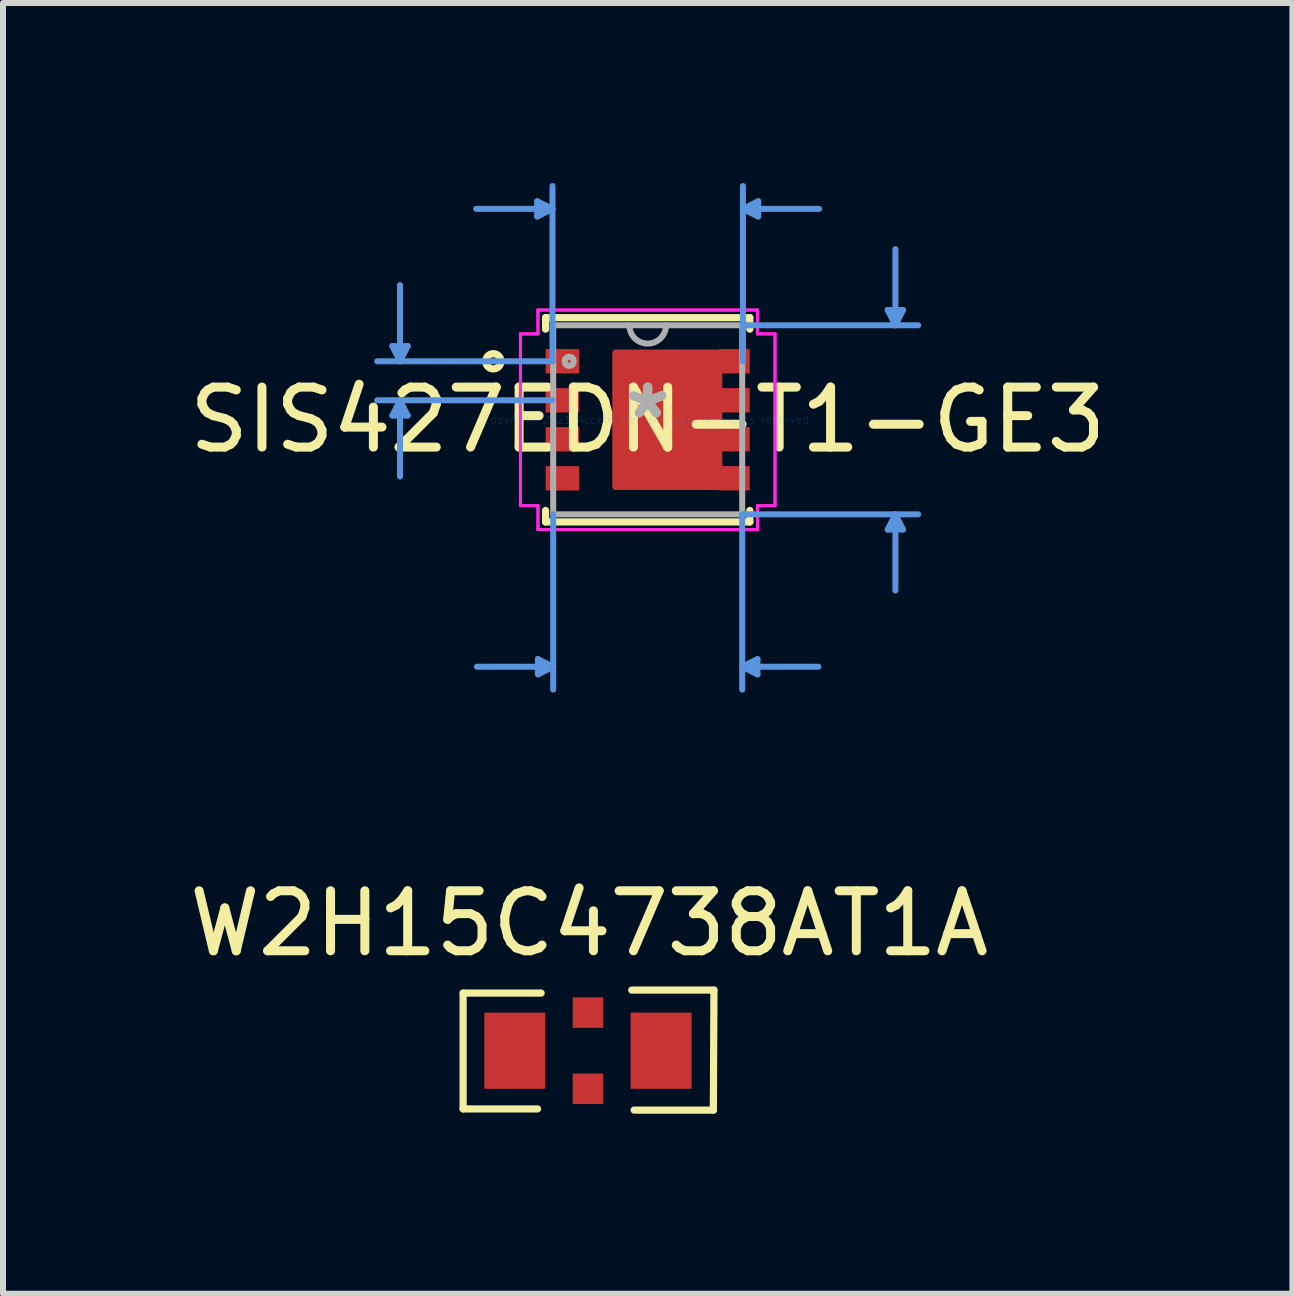
<source format=kicad_pcb>
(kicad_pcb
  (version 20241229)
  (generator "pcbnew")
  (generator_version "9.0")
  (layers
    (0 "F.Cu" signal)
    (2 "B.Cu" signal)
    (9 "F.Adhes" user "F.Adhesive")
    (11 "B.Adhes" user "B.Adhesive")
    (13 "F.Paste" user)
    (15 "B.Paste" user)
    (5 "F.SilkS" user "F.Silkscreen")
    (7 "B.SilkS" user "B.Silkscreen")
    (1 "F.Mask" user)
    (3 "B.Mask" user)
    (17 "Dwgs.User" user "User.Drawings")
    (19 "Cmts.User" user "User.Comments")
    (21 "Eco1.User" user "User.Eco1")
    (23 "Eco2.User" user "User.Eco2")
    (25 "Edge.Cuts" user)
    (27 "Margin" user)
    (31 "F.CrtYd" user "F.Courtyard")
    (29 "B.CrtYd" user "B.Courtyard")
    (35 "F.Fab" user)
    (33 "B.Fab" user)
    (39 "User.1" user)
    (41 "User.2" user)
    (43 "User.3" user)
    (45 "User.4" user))
  (footprint "SIS427EDN-T1-GE3"
    (layer "F.Cu")
    (at 7.744 3.946)
    (property "Reference" "SIS427EDN-T1-GE3" (at 0 0 0) (layer "F.SilkS") (effects (font (size 1 1) (thickness 0.15))))
    (attr through_hole)
    (fp_poly (pts (xy -0.536 -1.118) (xy -0.536 1.118) (xy 1.191 1.118) (xy 1.191 -1.118)) (stroke (width 0.1) (type solid)) (fill yes) (layer "F.Cu"))
    (fp_poly (pts (xy -0.536 -1.118) (xy -0.536 1.118) (xy 1.191 1.118) (xy 1.191 -1.118)) (stroke (width 0.1) (type solid)) (fill yes) (layer "F.Cu"))
    (fp_poly (pts (xy -0.536 -1.118) (xy -0.536 1.118) (xy 1.191 1.118) (xy 1.191 -1.118)) (stroke (width 0.1) (type solid)) (fill yes) (layer "F.Mask"))
    (fp_poly (pts (xy -0.536 -1.118) (xy -0.536 1.118) (xy 1.191 1.118) (xy 1.191 -1.118)) (stroke (width 0.1) (type solid)) (fill yes) (layer "F.Mask"))
    (fp_line (start -1.702 -1.702) (end -1.702 -1.511) (stroke (width 0.12) (type solid)) (layer "F.SilkS"))
    (fp_line (start -1.702 1.511) (end -1.702 1.702) (stroke (width 0.12) (type solid)) (layer "F.SilkS"))
    (fp_line (start -1.702 1.702) (end 1.702 1.702) (stroke (width 0.12) (type solid)) (layer "F.SilkS"))
    (fp_line (start 1.702 -1.702) (end -1.702 -1.702) (stroke (width 0.12) (type solid)) (layer "F.SilkS"))
    (fp_line (start 1.702 -1.511) (end 1.702 -1.702) (stroke (width 0.12) (type solid)) (layer "F.SilkS"))
    (fp_line (start 1.702 1.702) (end 1.702 1.511) (stroke (width 0.12) (type solid)) (layer "F.SilkS"))
    (fp_circle (center -2.573 -0.975) (end -2.446 -0.975) (stroke (width 0.12) (type solid)) (fill no) (layer "F.SilkS"))
    (fp_poly (pts (xy -0.536 -1.118) (xy -0.536 1.118) (xy 1.191 1.118) (xy 1.191 -1.118)) (stroke (width 0.1) (type solid)) (fill yes) (layer "F.Paste"))
    (fp_line (start -4.255 -1.229) (end -4 -1.229) (stroke (width 0.1) (type solid)) (layer "Cmts.User"))
    (fp_line (start -4.255 -0.071) (end -4 -0.071) (stroke (width 0.1) (type solid)) (layer "Cmts.User"))
    (fp_line (start -4.128 -0.975) (end -4.255 -1.229) (stroke (width 0.1) (type solid)) (layer "Cmts.User"))
    (fp_line (start -4.128 -0.975) (end -4.128 -2.245) (stroke (width 0.1) (type solid)) (layer "Cmts.User"))
    (fp_line (start -4.128 -0.975) (end -4 -1.229) (stroke (width 0.1) (type solid)) (layer "Cmts.User"))
    (fp_line (start -4.128 -0.325) (end -4.255 -0.071) (stroke (width 0.1) (type solid)) (layer "Cmts.User"))
    (fp_line (start -4.128 -0.325) (end -4.128 0.945) (stroke (width 0.1) (type solid)) (layer "Cmts.User"))
    (fp_line (start -4.128 -0.325) (end -4 -0.071) (stroke (width 0.1) (type solid)) (layer "Cmts.User"))
    (fp_line (start -1.841 -3.642) (end -1.841 -3.388) (stroke (width 0.1) (type solid)) (layer "Cmts.User"))
    (fp_line (start -1.829 3.988) (end -1.829 4.242) (stroke (width 0.1) (type solid)) (layer "Cmts.User"))
    (fp_line (start -1.587 -3.515) (end -2.857 -3.515) (stroke (width 0.1) (type solid)) (layer "Cmts.User"))
    (fp_line (start -1.587 -3.515) (end -1.841 -3.642) (stroke (width 0.1) (type solid)) (layer "Cmts.User"))
    (fp_line (start -1.587 -3.515) (end -1.841 -3.388) (stroke (width 0.1) (type solid)) (layer "Cmts.User"))
    (fp_line (start -1.587 -0.975) (end -4.508 -0.975) (stroke (width 0.1) (type solid)) (layer "Cmts.User"))
    (fp_line (start -1.587 -0.975) (end -1.587 -3.896) (stroke (width 0.1) (type solid)) (layer "Cmts.User"))
    (fp_line (start -1.587 -0.325) (end -4.508 -0.325) (stroke (width 0.1) (type solid)) (layer "Cmts.User"))
    (fp_line (start -1.575 1.575) (end -1.575 4.496) (stroke (width 0.1) (type solid)) (layer "Cmts.User"))
    (fp_line (start -1.575 4.115) (end -2.845 4.115) (stroke (width 0.1) (type solid)) (layer "Cmts.User"))
    (fp_line (start -1.575 4.115) (end -1.829 3.988) (stroke (width 0.1) (type solid)) (layer "Cmts.User"))
    (fp_line (start -1.575 4.115) (end -1.829 4.242) (stroke (width 0.1) (type solid)) (layer "Cmts.User"))
    (fp_line (start 1.575 -1.575) (end 4.508 -1.575) (stroke (width 0.1) (type solid)) (layer "Cmts.User"))
    (fp_line (start 1.575 1.575) (end 1.575 4.496) (stroke (width 0.1) (type solid)) (layer "Cmts.User"))
    (fp_line (start 1.575 1.575) (end 4.508 1.575) (stroke (width 0.1) (type solid)) (layer "Cmts.User"))
    (fp_line (start 1.575 4.115) (end 1.829 3.988) (stroke (width 0.1) (type solid)) (layer "Cmts.User"))
    (fp_line (start 1.575 4.115) (end 1.829 4.242) (stroke (width 0.1) (type solid)) (layer "Cmts.User"))
    (fp_line (start 1.575 4.115) (end 2.845 4.115) (stroke (width 0.1) (type solid)) (layer "Cmts.User"))
    (fp_line (start 1.587 -3.515) (end 1.841 -3.642) (stroke (width 0.1) (type solid)) (layer "Cmts.User"))
    (fp_line (start 1.587 -3.515) (end 1.841 -3.388) (stroke (width 0.1) (type solid)) (layer "Cmts.User"))
    (fp_line (start 1.587 -3.515) (end 2.857 -3.515) (stroke (width 0.1) (type solid)) (layer "Cmts.User"))
    (fp_line (start 1.587 -0.975) (end 1.587 -3.896) (stroke (width 0.1) (type solid)) (layer "Cmts.User"))
    (fp_line (start 1.829 3.988) (end 1.829 4.242) (stroke (width 0.1) (type solid)) (layer "Cmts.User"))
    (fp_line (start 1.841 -3.642) (end 1.841 -3.388) (stroke (width 0.1) (type solid)) (layer "Cmts.User"))
    (fp_line (start 4 -1.829) (end 4.255 -1.829) (stroke (width 0.1) (type solid)) (layer "Cmts.User"))
    (fp_line (start 4 1.829) (end 4.255 1.829) (stroke (width 0.1) (type solid)) (layer "Cmts.User"))
    (fp_line (start 4.128 -1.575) (end 4 -1.829) (stroke (width 0.1) (type solid)) (layer "Cmts.User"))
    (fp_line (start 4.128 -1.575) (end 4.128 -2.845) (stroke (width 0.1) (type solid)) (layer "Cmts.User"))
    (fp_line (start 4.128 -1.575) (end 4.255 -1.829) (stroke (width 0.1) (type solid)) (layer "Cmts.User"))
    (fp_line (start 4.128 1.575) (end 4 1.829) (stroke (width 0.1) (type solid)) (layer "Cmts.User"))
    (fp_line (start 4.128 1.575) (end 4.128 2.845) (stroke (width 0.1) (type solid)) (layer "Cmts.User"))
    (fp_line (start 4.128 1.575) (end 4.255 1.829) (stroke (width 0.1) (type solid)) (layer "Cmts.User"))
    (fp_line (start -2.121 -1.432) (end -1.829 -1.432) (stroke (width 0.05) (type solid)) (layer "F.CrtYd"))
    (fp_line (start -2.121 -1.432) (end -1.829 -1.432) (stroke (width 0.05) (type solid)) (layer "F.CrtYd"))
    (fp_line (start -2.121 1.432) (end -2.121 -1.432) (stroke (width 0.05) (type solid)) (layer "F.CrtYd"))
    (fp_line (start -2.121 1.432) (end -2.121 -1.432) (stroke (width 0.05) (type solid)) (layer "F.CrtYd"))
    (fp_line (start -2.121 1.432) (end -1.829 1.432) (stroke (width 0.05) (type solid)) (layer "F.CrtYd"))
    (fp_line (start -1.829 -1.829) (end 1.829 -1.829) (stroke (width 0.05) (type solid)) (layer "F.CrtYd"))
    (fp_line (start -1.829 -1.829) (end 1.829 -1.829) (stroke (width 0.05) (type solid)) (layer "F.CrtYd"))
    (fp_line (start -1.829 -1.432) (end -1.829 -1.829) (stroke (width 0.05) (type solid)) (layer "F.CrtYd"))
    (fp_line (start -1.829 -1.432) (end -1.829 -1.829) (stroke (width 0.05) (type solid)) (layer "F.CrtYd"))
    (fp_line (start -1.829 1.432) (end -2.121 1.432) (stroke (width 0.05) (type solid)) (layer "F.CrtYd"))
    (fp_line (start -1.829 1.829) (end -1.829 1.432) (stroke (width 0.05) (type solid)) (layer "F.CrtYd"))
    (fp_line (start -1.829 1.829) (end -1.829 1.432) (stroke (width 0.05) (type solid)) (layer "F.CrtYd"))
    (fp_line (start 1.829 -1.829) (end 1.829 -1.432) (stroke (width 0.05) (type solid)) (layer "F.CrtYd"))
    (fp_line (start 1.829 -1.829) (end 1.829 -1.432) (stroke (width 0.05) (type solid)) (layer "F.CrtYd"))
    (fp_line (start 1.829 -1.432) (end 2.121 -1.432) (stroke (width 0.05) (type solid)) (layer "F.CrtYd"))
    (fp_line (start 1.829 1.432) (end 1.829 1.829) (stroke (width 0.05) (type solid)) (layer "F.CrtYd"))
    (fp_line (start 1.829 1.432) (end 1.829 1.829) (stroke (width 0.05) (type solid)) (layer "F.CrtYd"))
    (fp_line (start 1.829 1.829) (end -1.829 1.829) (stroke (width 0.05) (type solid)) (layer "F.CrtYd"))
    (fp_line (start 1.829 1.829) (end -1.829 1.829) (stroke (width 0.05) (type solid)) (layer "F.CrtYd"))
    (fp_line (start 2.121 -1.432) (end 1.829 -1.432) (stroke (width 0.05) (type solid)) (layer "F.CrtYd"))
    (fp_line (start 2.121 -1.432) (end 2.121 1.432) (stroke (width 0.05) (type solid)) (layer "F.CrtYd"))
    (fp_line (start 2.121 -1.432) (end 2.121 1.432) (stroke (width 0.05) (type solid)) (layer "F.CrtYd"))
    (fp_line (start 2.121 1.432) (end 1.829 1.432) (stroke (width 0.05) (type solid)) (layer "F.CrtYd"))
    (fp_line (start 2.121 1.432) (end 1.829 1.432) (stroke (width 0.05) (type solid)) (layer "F.CrtYd"))
    (fp_line (start -1.575 -1.575) (end -1.575 1.575) (stroke (width 0.1) (type solid)) (layer "F.Fab"))
    (fp_line (start -1.575 1.575) (end 1.575 1.575) (stroke (width 0.1) (type solid)) (layer "F.Fab"))
    (fp_line (start 1.575 -1.575) (end -1.575 -1.575) (stroke (width 0.1) (type solid)) (layer "F.Fab"))
    (fp_line (start 1.575 1.575) (end 1.575 -1.575) (stroke (width 0.1) (type solid)) (layer "F.Fab"))
    (fp_arc (start 0.3048 -1.5748) (mid 0 -1.27) (end -0.3048 -1.5748) (stroke (width 0.1) (type solid)) (layer "F.Fab"))
    (fp_circle (center -1.308 -0.975) (end -1.232 -0.975) (stroke (width 0.1) (type solid)) (fill no) (layer "F.Fab"))
    (fp_text user "*" (at 0 0 0) (layer "F.SilkS") (effects (font (size 1 1) (thickness 0.15))))
    (fp_text user "Copyright 2021 Accelerated Designs. All rights reserved." (at 0 0 0) (layer "Cmts.User") (effects (font (size 0.127 0.127) (thickness 0.002))))
    (fp_text user "*" (at 0 0 0) (layer "F.Fab") (effects (font (size 1 1) (thickness 0.15))))
    (pad "1" smd rect (at -1.421 -0.975) (size 0.559 0.406) (layers "F.Cu" "F.Mask" "F.Paste"))
    (pad "2" smd rect (at -1.421 -0.325) (size 0.559 0.406) (layers "F.Cu" "F.Mask" "F.Paste"))
    (pad "3" smd rect (at -1.421 0.325) (size 0.559 0.406) (layers "F.Cu" "F.Mask" "F.Paste"))
    (pad "4" smd rect (at -1.421 0.975) (size 0.559 0.406) (layers "F.Cu" "F.Mask" "F.Paste"))
    (pad "5" smd rect (at 1.446 0.975) (size 0.508 0.406) (layers "F.Cu" "F.Mask" "F.Paste"))
    (pad "6" smd rect (at 1.446 0.325) (size 0.508 0.406) (layers "F.Cu" "F.Mask" "F.Paste"))
    (pad "7" smd rect (at 1.446 -0.325) (size 0.508 0.406) (layers "F.Cu" "F.Mask" "F.Paste"))
    (pad "8" smd rect (at 1.446 -0.975) (size 0.508 0.406) (layers "F.Cu" "F.Mask" "F.Paste")))
  (footprint "W2H15C4738AT1A"
    (layer "F.Cu")
    (at 6.748 14.46)
    (property "Reference" "W2H15C4738AT1A" (at 0.02 -2.12 0) (unlocked yes) (layer "F.SilkS") (effects (font (size 1 1) (thickness 0.15))))
    (fp_line (start -2.08 -0.96) (end -2.08 0.97) (stroke (width 0.12) (type solid)) (layer "F.SilkS"))
    (fp_line (start -2.08 0.97) (end -0.84 0.97) (stroke (width 0.12) (type solid)) (layer "F.SilkS"))
    (fp_line (start -0.78 -0.96) (end -2.08 -0.96) (stroke (width 0.12) (type solid)) (layer "F.SilkS"))
    (fp_line (start 0.73 -1.01) (end 2.1 -1.01) (stroke (width 0.12) (type solid)) (layer "F.SilkS"))
    (fp_line (start 2.09 0.99) (end 0.77 0.99) (stroke (width 0.12) (type solid)) (layer "F.SilkS"))
    (fp_line (start 2.1 -1.01) (end 2.09 0.99) (stroke (width 0.12) (type solid)) (layer "F.SilkS"))
    (pad "1" smd rect (at -1.219 0) (size 1.016 1.27) (layers "F.Cu" "F.Mask" "F.Paste"))
    (pad "2" smd rect (at 1.219 0) (size 1.016 1.27) (layers "F.Cu" "F.Mask" "F.Paste"))
    (pad "3" smd rect (at 0 -0.635) (size 0.508 0.508) (layers "F.Cu" "F.Mask" "F.Paste"))
    (pad "3" smd rect (at 0 0.635) (size 0.508 0.508) (layers "F.Cu" "F.Mask" "F.Paste")))
  (gr_rect
    (start -3 -3)
    (end 18.488 18.51)
    (stroke (width 0.1) (type default))
    (fill no)
    (layer "Edge.Cuts")))
</source>
